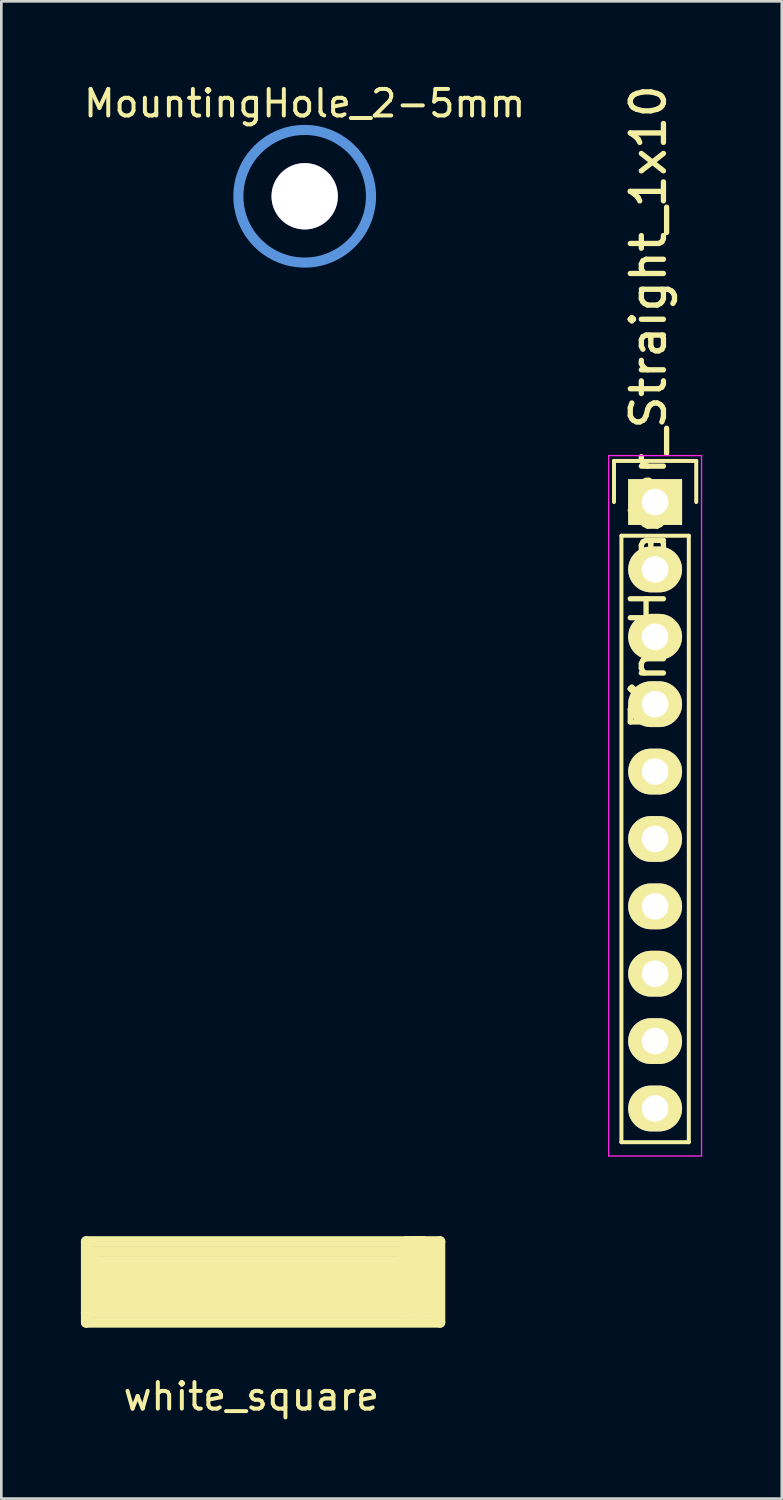
<source format=kicad_pcb>
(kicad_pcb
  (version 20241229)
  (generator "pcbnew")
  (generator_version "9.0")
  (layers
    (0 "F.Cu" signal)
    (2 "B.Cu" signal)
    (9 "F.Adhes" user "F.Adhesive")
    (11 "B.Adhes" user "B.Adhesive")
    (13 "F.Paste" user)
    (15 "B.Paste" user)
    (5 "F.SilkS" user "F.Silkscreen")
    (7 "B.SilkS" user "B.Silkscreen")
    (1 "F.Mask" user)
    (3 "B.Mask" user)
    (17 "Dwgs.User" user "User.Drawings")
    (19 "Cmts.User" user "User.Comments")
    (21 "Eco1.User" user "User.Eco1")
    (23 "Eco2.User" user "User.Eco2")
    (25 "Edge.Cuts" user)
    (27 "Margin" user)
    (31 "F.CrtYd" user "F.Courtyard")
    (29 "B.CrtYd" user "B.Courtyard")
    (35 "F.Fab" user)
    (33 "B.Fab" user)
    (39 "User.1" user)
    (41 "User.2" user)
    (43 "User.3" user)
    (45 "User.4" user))
  (footprint "MountingHole_2-5mm"
    (layer "F.Cu")
    (at 8.435 4.348)
    (property "Reference" "MountingHole_2-5mm" (at 0 -3.5 0) (layer "F.SilkS") (effects (font (size 1 1) (thickness 0.15))))
    (attr through_hole)
    (fp_circle (center 0 0) (end 2.5 0) (stroke (width 0.381) (type solid)) (fill no) (layer "Cmts.User"))
    (pad "" thru_hole circle (at 0 0) (size 2.5 2.5) (drill 2.5) (layers)))
  (footprint "Pin_Header_Straight_1x10"
    (layer "F.Cu")
    (at 21.644 15.874)
    (property "Reference" "Pin_Header_Straight_1x10" (at -0.254 -3.556 90) (layer "F.SilkS") (effects (font (size 1.25 1.25) (thickness 0.2))))
    (attr through_hole)
    (fp_line (start -1.55 -1.55) (end 1.55 -1.55) (stroke (width 0.15) (type solid)) (layer "F.SilkS"))
    (fp_line (start -1.55 0) (end -1.55 -1.55) (stroke (width 0.15) (type solid)) (layer "F.SilkS"))
    (fp_line (start -1.27 24.13) (end -1.27 1.27) (stroke (width 0.15) (type solid)) (layer "F.SilkS"))
    (fp_line (start 1.27 1.27) (end -1.27 1.27) (stroke (width 0.15) (type solid)) (layer "F.SilkS"))
    (fp_line (start 1.27 1.27) (end 1.27 24.13) (stroke (width 0.15) (type solid)) (layer "F.SilkS"))
    (fp_line (start 1.27 24.13) (end -1.27 24.13) (stroke (width 0.15) (type solid)) (layer "F.SilkS"))
    (fp_line (start 1.55 -1.55) (end 1.55 0) (stroke (width 0.15) (type solid)) (layer "F.SilkS"))
    (fp_line (start -1.75 -1.75) (end -1.75 24.65) (stroke (width 0.05) (type solid)) (layer "F.CrtYd"))
    (fp_line (start -1.75 -1.75) (end 1.75 -1.75) (stroke (width 0.05) (type solid)) (layer "F.CrtYd"))
    (fp_line (start -1.75 24.65) (end 1.75 24.65) (stroke (width 0.05) (type solid)) (layer "F.CrtYd"))
    (fp_line (start 1.75 -1.75) (end 1.75 24.65) (stroke (width 0.05) (type solid)) (layer "F.CrtYd"))
    (pad "1" thru_hole rect (at 0 0) (size 2.032 1.727) (drill 1) (layers "*.Cu" "*.Mask" "F.SilkS"))
    (pad "2" thru_hole oval (at 0 2.54) (size 2.032 1.727) (drill 1) (layers "*.Cu" "*.Mask" "F.SilkS"))
    (pad "3" thru_hole oval (at 0 5.08) (size 2.032 1.727) (drill 1) (layers "*.Cu" "*.Mask" "F.SilkS"))
    (pad "4" thru_hole oval (at 0 7.62) (size 2.032 1.727) (drill 1) (layers "*.Cu" "*.Mask" "F.SilkS"))
    (pad "5" thru_hole oval (at 0 10.16) (size 2.032 1.727) (drill 1) (layers "*.Cu" "*.Mask" "F.SilkS"))
    (pad "6" thru_hole oval (at 0 12.7) (size 2.032 1.727) (drill 1) (layers "*.Cu" "*.Mask" "F.SilkS"))
    (pad "7" thru_hole oval (at 0 15.24) (size 2.032 1.727) (drill 1) (layers "*.Cu" "*.Mask" "F.SilkS"))
    (pad "8" thru_hole oval (at 0 17.78) (size 2.032 1.727) (drill 1) (layers "*.Cu" "*.Mask" "F.SilkS"))
    (pad "9" thru_hole oval (at 0 20.32) (size 2.032 1.727) (drill 1) (layers "*.Cu" "*.Mask" "F.SilkS"))
    (pad "10" thru_hole oval (at 0 22.86) (size 2.032 1.727) (drill 1) (layers "*.Cu" "*.Mask" "F.SilkS")))
  (footprint "white_square"
    (layer "F.Cu")
    (at 6.423 45.146)
    (property "Reference" "white_square" (at 0 4.445 0) (layer "F.SilkS") (effects (font (size 1 1) (thickness 0.15))))
    (attr through_hole)
    (fp_line (start -6.223 -1.397) (end -6.223 1.27) (stroke (width 0.4) (type solid)) (layer "F.SilkS"))
    (fp_line (start -6.223 1.27) (end -6.223 1.651) (stroke (width 0.4) (type solid)) (layer "F.SilkS"))
    (fp_line (start -6.223 1.27) (end 6.477 1.27) (stroke (width 0.4) (type solid)) (layer "F.SilkS"))
    (fp_line (start -6.223 1.651) (end 7.112 1.651) (stroke (width 0.4) (type solid)) (layer "F.SilkS"))
    (fp_line (start -6.096 0.508) (end 5.588 0.508) (stroke (width 0.4) (type solid)) (layer "F.SilkS"))
    (fp_line (start -6.096 0.889) (end -6.096 0.508) (stroke (width 0.4) (type solid)) (layer "F.SilkS"))
    (fp_line (start -5.969 -1.016) (end 5.715 -1.016) (stroke (width 0.4) (type solid)) (layer "F.SilkS"))
    (fp_line (start -5.969 -0.635) (end -5.969 -1.016) (stroke (width 0.4) (type solid)) (layer "F.SilkS"))
    (fp_line (start -5.969 -0.254) (end 5.715 -0.254) (stroke (width 0.4) (type solid)) (layer "F.SilkS"))
    (fp_line (start -5.969 0.127) (end -5.969 -0.254) (stroke (width 0.4) (type solid)) (layer "F.SilkS"))
    (fp_line (start 5.588 0.127) (end -5.969 0.127) (stroke (width 0.4) (type solid)) (layer "F.SilkS"))
    (fp_line (start 5.588 0.508) (end 5.588 0.127) (stroke (width 0.4) (type solid)) (layer "F.SilkS"))
    (fp_line (start 5.715 -1.016) (end 5.588 -1.016) (stroke (width 0.4) (type solid)) (layer "F.SilkS"))
    (fp_line (start 5.715 -0.635) (end -5.969 -0.635) (stroke (width 0.4) (type solid)) (layer "F.SilkS"))
    (fp_line (start 5.715 -0.254) (end 5.715 -0.635) (stroke (width 0.4) (type solid)) (layer "F.SilkS"))
    (fp_line (start 5.842 -1.397) (end 6.477 -1.397) (stroke (width 0.4) (type solid)) (layer "F.SilkS"))
    (fp_line (start 5.842 1.27) (end 5.842 -1.397) (stroke (width 0.4) (type solid)) (layer "F.SilkS"))
    (fp_line (start 6.096 -1.397) (end 6.096 1.016) (stroke (width 0.4) (type solid)) (layer "F.SilkS"))
    (fp_line (start 6.35 -1.397) (end 6.35 1.27) (stroke (width 0.4) (type solid)) (layer "F.SilkS"))
    (fp_line (start 6.35 1.27) (end 6.858 1.27) (stroke (width 0.4) (type solid)) (layer "F.SilkS"))
    (fp_line (start 6.477 -1.397) (end -6.223 -1.397) (stroke (width 0.4) (type solid)) (layer "F.SilkS"))
    (fp_line (start 6.477 -1.397) (end 6.096 -1.397) (stroke (width 0.4) (type solid)) (layer "F.SilkS"))
    (fp_line (start 6.477 -1.397) (end 6.477 1.27) (stroke (width 0.4) (type solid)) (layer "F.SilkS"))
    (fp_line (start 6.477 0.889) (end -6.096 0.889) (stroke (width 0.4) (type solid)) (layer "F.SilkS"))
    (fp_line (start 6.477 1.27) (end 5.842 1.27) (stroke (width 0.4) (type solid)) (layer "F.SilkS"))
    (fp_line (start 6.477 1.27) (end 6.477 0.889) (stroke (width 0.4) (type solid)) (layer "F.SilkS"))
    (fp_line (start 6.858 -1.143) (end 6.604 -1.143) (stroke (width 0.4) (type solid)) (layer "F.SilkS"))
    (fp_line (start 6.858 1.27) (end 6.858 -1.143) (stroke (width 0.4) (type solid)) (layer "F.SilkS"))
    (fp_line (start 7.112 -1.397) (end 6.35 -1.397) (stroke (width 0.4) (type solid)) (layer "F.SilkS"))
    (fp_line (start 7.112 1.651) (end 7.112 -1.397) (stroke (width 0.4) (type solid)) (layer "F.SilkS")))
  (gr_rect
    (start -3 -3)
    (end 26.419 53.439)
    (stroke (width 0.1) (type default))
    (fill no)
    (layer "Edge.Cuts")))
</source>
